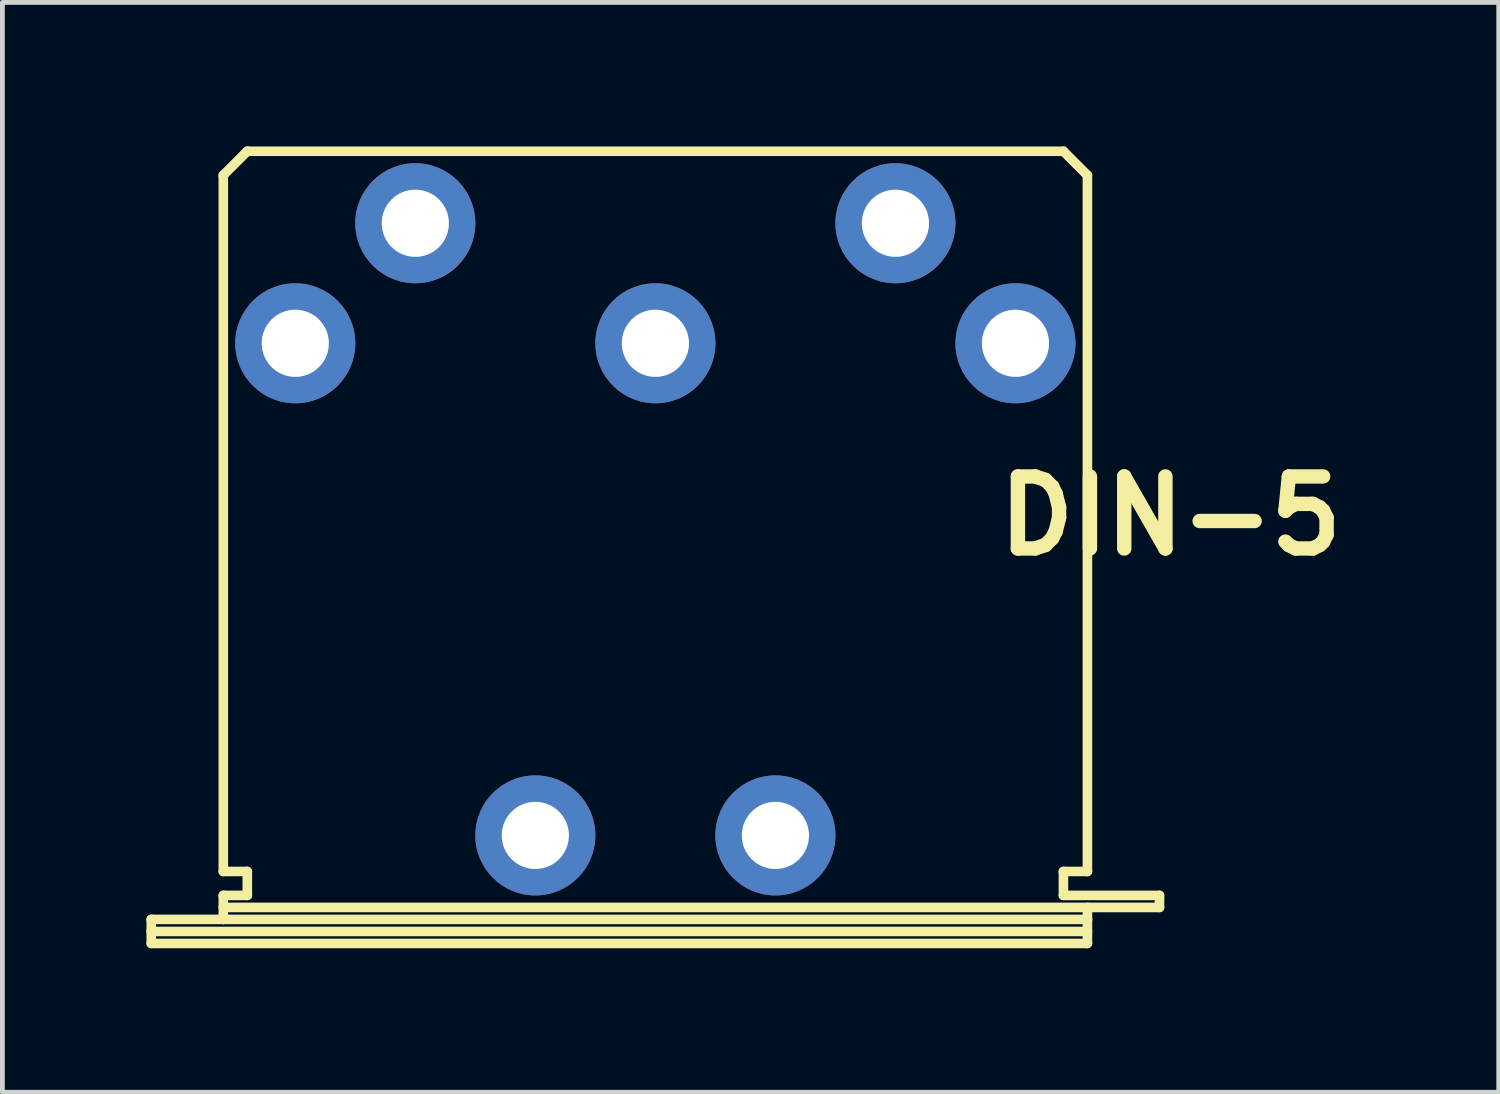
<source format=kicad_pcb>
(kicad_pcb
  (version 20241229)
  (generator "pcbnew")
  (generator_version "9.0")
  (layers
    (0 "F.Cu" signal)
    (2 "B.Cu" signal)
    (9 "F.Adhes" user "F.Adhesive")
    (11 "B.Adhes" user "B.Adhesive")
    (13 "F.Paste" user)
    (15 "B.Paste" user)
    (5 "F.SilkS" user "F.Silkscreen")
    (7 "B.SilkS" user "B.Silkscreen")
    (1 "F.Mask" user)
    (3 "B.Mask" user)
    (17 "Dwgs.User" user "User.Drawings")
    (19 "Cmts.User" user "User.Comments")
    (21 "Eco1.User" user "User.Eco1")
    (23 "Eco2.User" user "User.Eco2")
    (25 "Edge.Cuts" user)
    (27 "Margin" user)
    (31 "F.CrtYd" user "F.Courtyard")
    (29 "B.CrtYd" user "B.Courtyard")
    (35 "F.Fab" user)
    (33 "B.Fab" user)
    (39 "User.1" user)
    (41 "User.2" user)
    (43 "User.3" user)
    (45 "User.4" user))
  (footprint "DIN-5"
    (layer "F.Cu")
    (at 10.6 7.1)
    (property "Reference" "DIN-5" (at 10.73 0.595 0) (layer "F.SilkS") (effects (font (size 1.5 1.5) (thickness 0.3))))
    (attr through_hole)
    (fp_line (start -10.5 8.999) (end -8.999 8.999) (stroke (width 0.2) (type solid)) (layer "F.SilkS"))
    (fp_line (start -10.5 9.251) (end 8.999 9.251) (stroke (width 0.2) (type solid)) (layer "F.SilkS"))
    (fp_line (start -10.5 9.5) (end -10.5 8.999) (stroke (width 0.2) (type solid)) (layer "F.SilkS"))
    (fp_line (start -9 -6.5) (end -8.5 -7) (stroke (width 0.2) (type solid)) (layer "F.SilkS"))
    (fp_line (start -8.999 -6.5) (end -8.999 8.001) (stroke (width 0.2) (type solid)) (layer "F.SilkS"))
    (fp_line (start -8.999 8.001) (end -8.499 8.001) (stroke (width 0.2) (type solid)) (layer "F.SilkS"))
    (fp_line (start -8.999 8.499) (end -8.499 8.499) (stroke (width 0.2) (type default)) (layer "F.SilkS"))
    (fp_line (start -8.999 8.75) (end 10.5 8.75) (stroke (width 0.2) (type solid)) (layer "F.SilkS"))
    (fp_line (start -8.999 8.999) (end -8.999 8.499) (stroke (width 0.2) (type solid)) (layer "F.SilkS"))
    (fp_line (start -8.499 8.001) (end -8.499 8.499) (stroke (width 0.2) (type solid)) (layer "F.SilkS"))
    (fp_line (start 8.499 -7) (end -8.5 -7) (stroke (width 0.2) (type solid)) (layer "F.SilkS"))
    (fp_line (start 8.499 8.499) (end 8.499 8.001) (stroke (width 0.2) (type solid)) (layer "F.SilkS"))
    (fp_line (start 8.499 8.499) (end 10.5 8.499) (stroke (width 0.2) (type default)) (layer "F.SilkS"))
    (fp_line (start 8.999 -6.5) (end 8.499 -7) (stroke (width 0.2) (type solid)) (layer "F.SilkS"))
    (fp_line (start 8.999 -6.5) (end 8.999 8.001) (stroke (width 0.2) (type solid)) (layer "F.SilkS"))
    (fp_line (start 8.999 8.001) (end 8.499 8.001) (stroke (width 0.2) (type solid)) (layer "F.SilkS"))
    (fp_line (start 8.999 8.75) (end 8.999 8.999) (stroke (width 0.2) (type solid)) (layer "F.SilkS"))
    (fp_line (start 8.999 8.999) (end -8.999 8.999) (stroke (width 0.2) (type solid)) (layer "F.SilkS"))
    (fp_line (start 8.999 8.999) (end 8.999 9.5) (stroke (width 0.2) (type solid)) (layer "F.SilkS"))
    (fp_line (start 8.999 9.5) (end -10.5 9.5) (stroke (width 0.2) (type solid)) (layer "F.SilkS"))
    (fp_line (start 10.5 8.499) (end 10.5 8.75) (stroke (width 0.2) (type solid)) (layer "F.SilkS"))
    (pad "1" thru_hole circle (at 7.5 -3) (size 2.5 2.5) (drill 1.4) (layers "*.Cu" "*.Mask"))
    (pad "2" thru_hole circle (at 0 -3) (size 2.5 2.5) (drill 1.4) (layers "*.Cu" "*.Mask"))
    (pad "3" thru_hole circle (at -7.5 -3) (size 2.5 2.5) (drill 1.4) (layers "*.Cu" "*.Mask"))
    (pad "4" thru_hole circle (at 5 -5.5) (size 2.5 2.5) (drill 1.4) (layers "*.Cu" "*.Mask"))
    (pad "5" thru_hole circle (at -5 -5.5) (size 2.5 2.5) (drill 1.4) (layers "*.Cu" "*.Mask"))
    (pad "6" thru_hole circle (at -2.5 7.25) (size 2.5 2.5) (drill 1.4) (layers "*.Cu" "*.Mask"))
    (pad "6" thru_hole circle (at 2.5 7.25) (size 2.5 2.5) (drill 1.4) (layers "*.Cu" "*.Mask")))
  (gr_rect
    (start -3 -3)
    (end 28.166 19.7)
    (stroke (width 0.1) (type default))
    (fill no)
    (layer "Edge.Cuts")))
</source>
